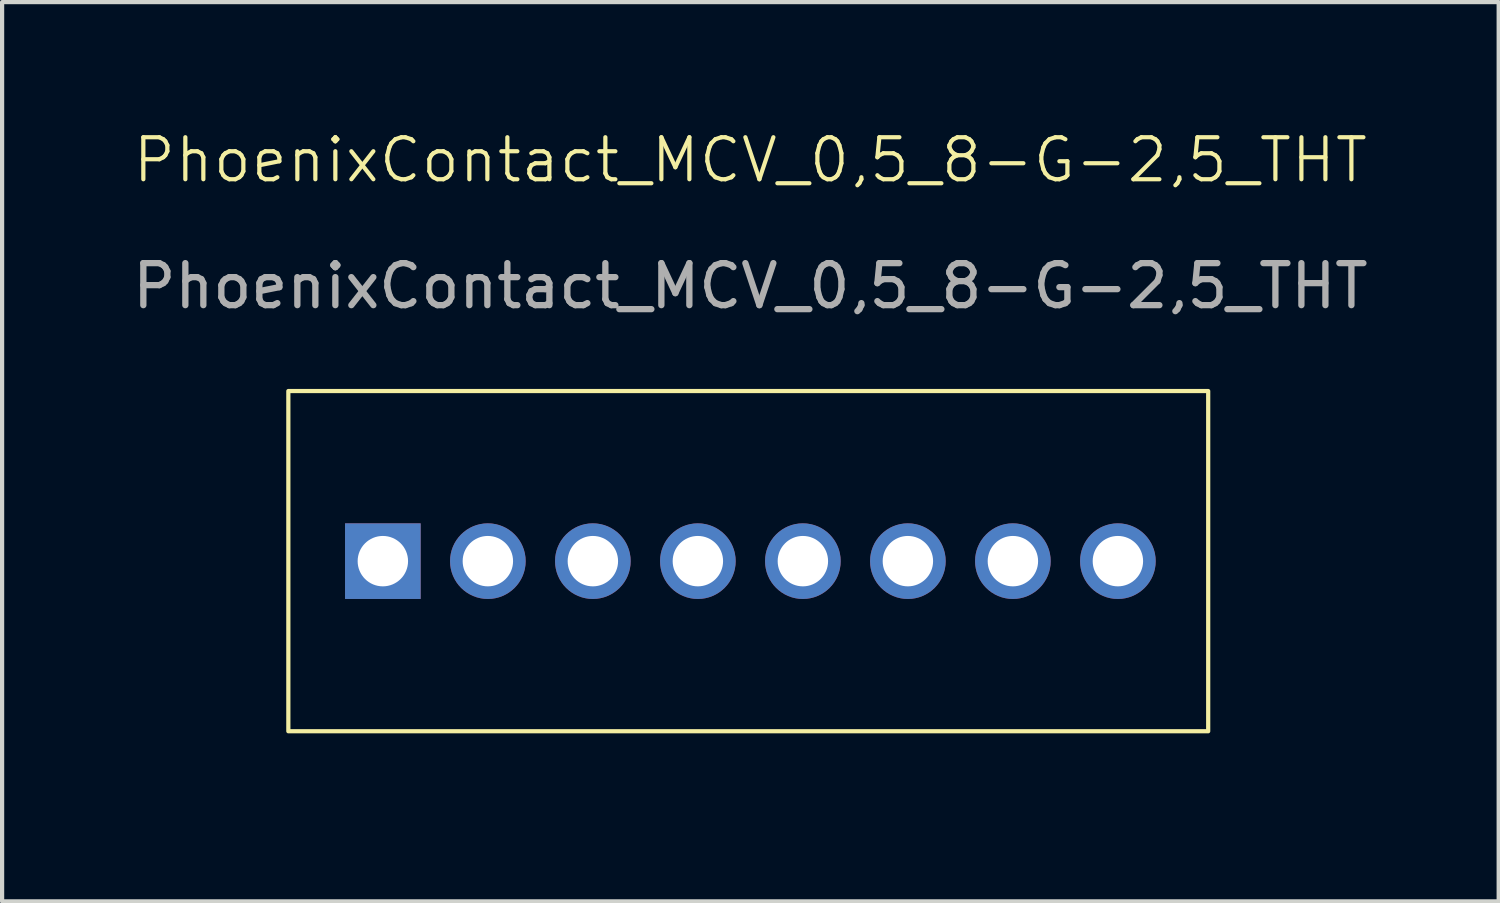
<source format=kicad_pcb>
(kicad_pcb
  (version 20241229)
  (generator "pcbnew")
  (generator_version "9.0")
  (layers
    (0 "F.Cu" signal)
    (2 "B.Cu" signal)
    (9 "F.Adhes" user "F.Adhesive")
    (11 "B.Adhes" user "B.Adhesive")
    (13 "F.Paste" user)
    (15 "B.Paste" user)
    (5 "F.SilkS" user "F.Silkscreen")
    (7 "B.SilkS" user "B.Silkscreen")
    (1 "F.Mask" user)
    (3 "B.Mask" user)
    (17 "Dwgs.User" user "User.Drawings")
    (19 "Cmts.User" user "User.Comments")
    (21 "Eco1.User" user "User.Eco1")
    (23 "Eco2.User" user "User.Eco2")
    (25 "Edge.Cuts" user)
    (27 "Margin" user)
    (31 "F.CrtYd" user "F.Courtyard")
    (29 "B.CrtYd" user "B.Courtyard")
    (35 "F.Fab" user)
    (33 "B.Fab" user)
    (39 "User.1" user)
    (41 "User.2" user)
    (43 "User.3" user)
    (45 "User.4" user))
  (footprint "PhoenixContact_MCV_0,5_8-G-2,5_THT"
    (layer "F.Cu")
    (at 14.815 1.26)
    (property "Reference" "PhoenixContact_MCV_0,5_8-G-2,5_THT" (at 0 -0.5 0) (unlocked yes) (layer "F.SilkS") (effects (font (size 1 1) (thickness 0.1))))
    (attr smd)
    (fp_rect (start -11 5) (end 10.9 13.1) (stroke (width 0.1) (type default)) (fill no) (layer "F.SilkS"))
    (fp_rect (start -12 4) (end 11.9 14.1) (stroke (width 0.1) (type default)) (fill no) (layer "Margin"))
    (fp_text user "${REFERENCE}" (at 0 2.5 0) (unlocked yes) (layer "F.Fab") (effects (font (size 1 1) (thickness 0.15))))
    (pad "1" thru_hole rect (at -8.75 9.05) (size 1.8 1.8) (drill 1.2) (layers "*.Cu" "*.Mask"))
    (pad "2" thru_hole circle (at -6.25 9.05) (size 1.8 1.8) (drill 1.2) (layers "*.Cu" "*.Mask"))
    (pad "3" thru_hole circle (at -3.75 9.05) (size 1.8 1.8) (drill 1.2) (layers "*.Cu" "*.Mask"))
    (pad "4" thru_hole circle (at -1.25 9.05) (size 1.8 1.8) (drill 1.2) (layers "*.Cu" "*.Mask"))
    (pad "5" thru_hole circle (at 1.25 9.05) (size 1.8 1.8) (drill 1.2) (layers "*.Cu" "*.Mask"))
    (pad "6" thru_hole circle (at 3.75 9.05) (size 1.8 1.8) (drill 1.2) (layers "*.Cu" "*.Mask"))
    (pad "7" thru_hole circle (at 6.25 9.05) (size 1.8 1.8) (drill 1.2) (layers "*.Cu" "*.Mask"))
    (pad "8" thru_hole circle (at 8.75 9.05) (size 1.8 1.8) (drill 1.2) (layers "*.Cu" "*.Mask")))
  (gr_rect
    (start -3 -3)
    (end 32.631 18.41)
    (stroke (width 0.1) (type default))
    (fill no)
    (layer "Edge.Cuts")))
</source>
